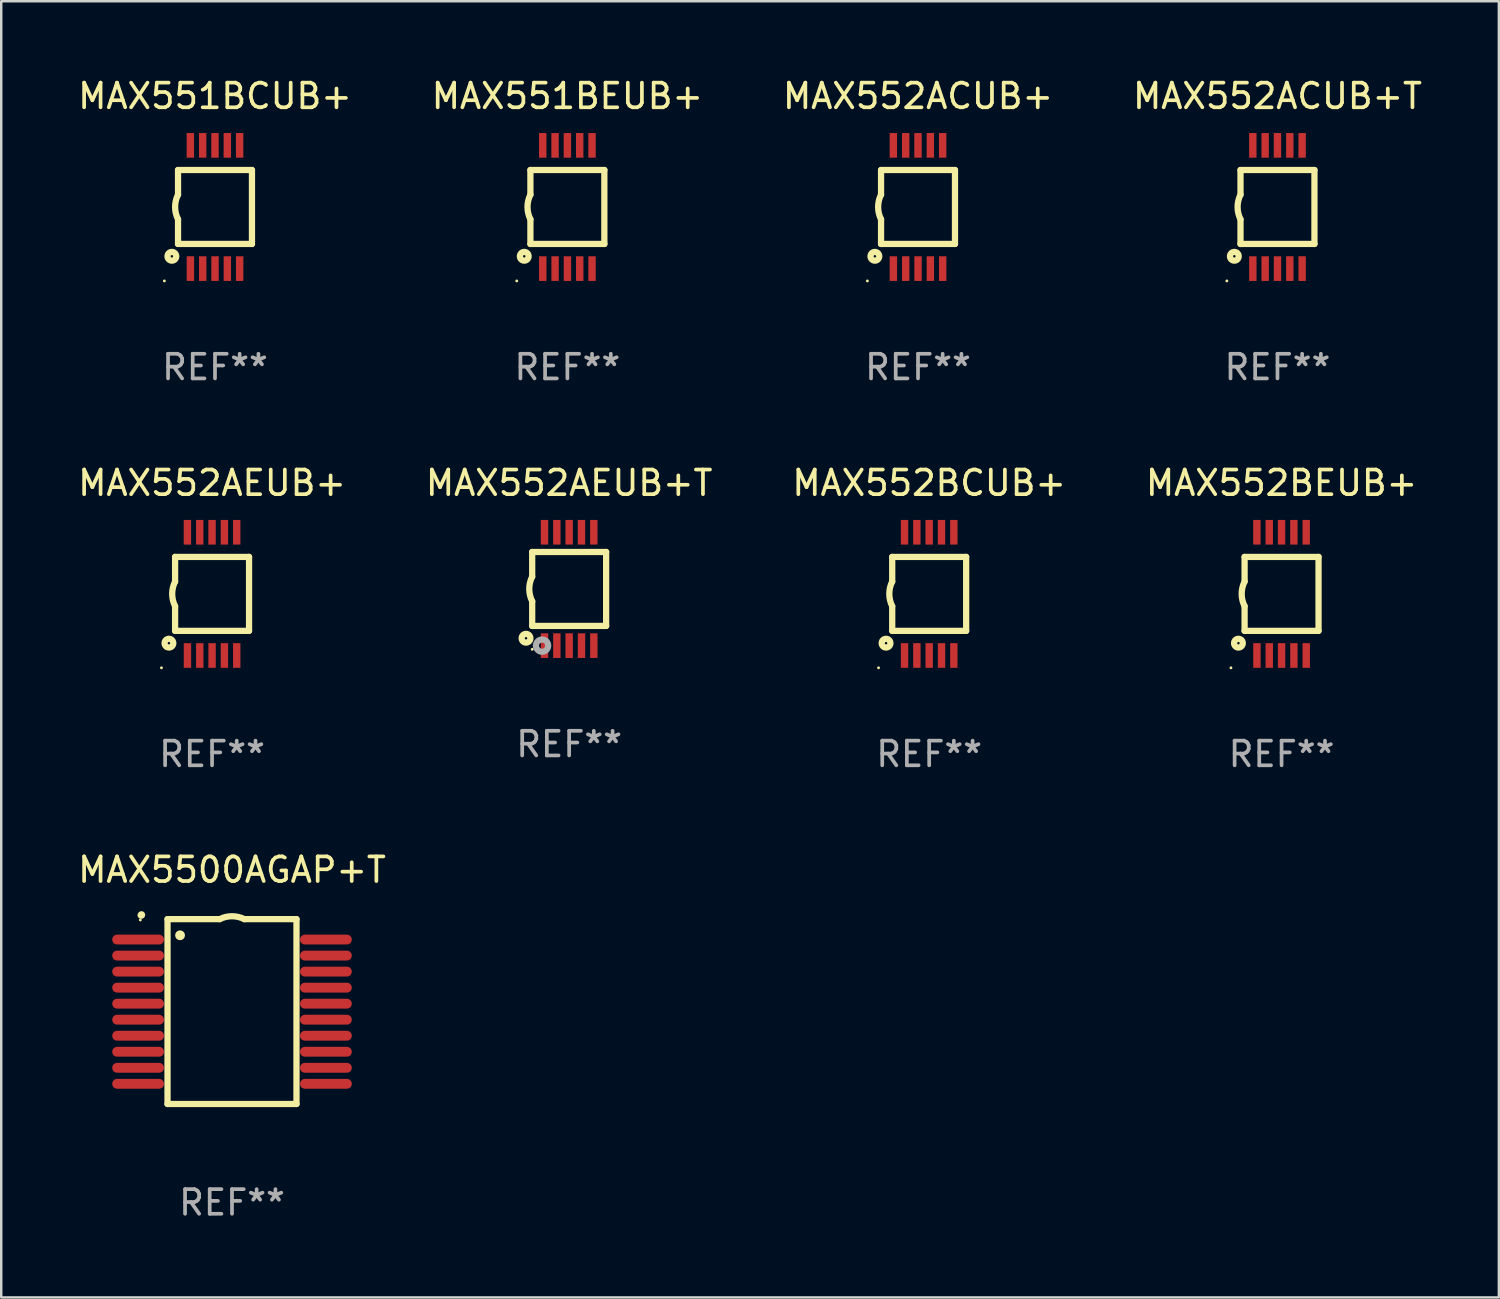
<source format=kicad_pcb>
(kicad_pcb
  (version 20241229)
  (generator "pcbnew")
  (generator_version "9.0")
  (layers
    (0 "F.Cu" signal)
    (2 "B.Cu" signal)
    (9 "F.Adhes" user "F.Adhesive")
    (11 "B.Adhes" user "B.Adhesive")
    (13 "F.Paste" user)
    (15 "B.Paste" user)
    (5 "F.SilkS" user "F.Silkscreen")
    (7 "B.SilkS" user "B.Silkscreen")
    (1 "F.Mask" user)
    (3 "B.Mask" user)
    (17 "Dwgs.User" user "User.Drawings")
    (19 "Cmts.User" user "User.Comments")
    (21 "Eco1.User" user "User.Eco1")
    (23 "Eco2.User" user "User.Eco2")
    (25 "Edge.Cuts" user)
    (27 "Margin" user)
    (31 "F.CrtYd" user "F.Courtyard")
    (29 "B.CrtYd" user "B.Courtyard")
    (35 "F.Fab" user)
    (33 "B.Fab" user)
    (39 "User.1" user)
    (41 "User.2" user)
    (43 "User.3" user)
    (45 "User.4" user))
  (footprint "MAX552AEUB+T"
    (layer "F.Cu")
    (at 20.042 20.845)
    (property "Reference" "MAX552AEUB+T" (at 0 -4.3 0) (layer "F.SilkS") (effects (font (size 1 1) (thickness 0.15))))
    (attr through_hole)
    (fp_line (start -1.5 -1.5) (end -1.5 -0.5) (stroke (width 0.254) (type solid)) (layer "F.SilkS"))
    (fp_line (start -1.5 1.5) (end -1.5 0.5) (stroke (width 0.254) (type solid)) (layer "F.SilkS"))
    (fp_line (start -1.5 1.5) (end 1.5 1.5) (stroke (width 0.254) (type solid)) (layer "F.SilkS"))
    (fp_line (start 1.5 1.5) (end 1.5 -1.5) (stroke (width 0.254) (type solid)) (layer "F.SilkS"))
    (fp_line (start 1.5 -1.5) (end -1.5 -1.5) (stroke (width 0.254) (type solid)) (layer "F.SilkS"))
    (fp_arc (start -1.500165 0.5) (mid -1.618199 0) (end -1.500165 -0.5) (stroke (width 0.254001) (type solid)) (layer "F.SilkS"))
    (fp_circle (center -1.75 2) (end -1.573 2) (stroke (width 0.254) (type solid)) (fill no) (layer "F.SilkS"))
    (fp_circle (center -1.499 2.45) (end -1.469 2.45) (stroke (width 0.06) (type solid)) (fill no) (layer "F.SilkS"))
    (fp_circle (center -1.099 2.3) (end -0.975 2.3) (stroke (width 0.25) (type solid)) (fill no) (layer "F.Fab"))
    (fp_text user "REF**" (at 0 6.3 0) (layer "F.Fab") (effects (font (size 1 1) (thickness 0.15))))
    (pad "1" smd rect (at -0.999 2.3 180) (size 0.3 1) (layers "F.Cu" "F.Mask" "F.Paste"))
    (pad "2" smd rect (at -0.499 2.3 180) (size 0.3 1) (layers "F.Cu" "F.Mask" "F.Paste"))
    (pad "3" smd rect (at 0.001 2.3 180) (size 0.3 1) (layers "F.Cu" "F.Mask" "F.Paste"))
    (pad "4" smd rect (at 0.501 2.3 180) (size 0.3 1) (layers "F.Cu" "F.Mask" "F.Paste"))
    (pad "5" smd rect (at 1.001 2.3 180) (size 0.3 1) (layers "F.Cu" "F.Mask" "F.Paste"))
    (pad "6" smd rect (at 1 -2.3 180) (size 0.3 1) (layers "F.Cu" "F.Mask" "F.Paste"))
    (pad "7" smd rect (at 0.5 -2.3 180) (size 0.3 1) (layers "F.Cu" "F.Mask" "F.Paste"))
    (pad "8" smd rect (at -0.000165 -2.3 180) (size 0.3 1) (layers "F.Cu" "F.Mask" "F.Paste"))
    (pad "9" smd rect (at -0.5 -2.3 180) (size 0.3 1) (layers "F.Cu" "F.Mask" "F.Paste"))
    (pad "10" smd rect (at -1 -2.3 180) (size 0.3 1) (layers "F.Cu" "F.Mask" "F.Paste")))
  (footprint "MAX551BEUB+"
    (layer "F.Cu")
    (at 19.97 5.348)
    (property "Reference" "MAX551BEUB+" (at 0 -4.5 0) (layer "F.SilkS") (effects (font (size 1 1) (thickness 0.15))))
    (attr through_hole)
    (fp_line (start -1.5 -1.5) (end -1.5 -0.5) (stroke (width 0.254) (type solid)) (layer "F.SilkS"))
    (fp_line (start -1.5 1.5) (end -1.5 0.5) (stroke (width 0.254) (type solid)) (layer "F.SilkS"))
    (fp_line (start -1.5 1.5) (end 1.5 1.5) (stroke (width 0.254) (type solid)) (layer "F.SilkS"))
    (fp_line (start 1.5 1.5) (end 1.5 -1.5) (stroke (width 0.254) (type solid)) (layer "F.SilkS"))
    (fp_line (start 1.5 -1.5) (end -1.5 -1.5) (stroke (width 0.254) (type solid)) (layer "F.SilkS"))
    (fp_arc (start -1.500165 0.499873) (mid -1.618199 -0.000127) (end -1.500165 -0.500127) (stroke (width 0.254001) (type solid)) (layer "F.SilkS"))
    (fp_circle (center -2.054 3) (end -2.024 3) (stroke (width 0.06) (type solid)) (fill no) (layer "F.SilkS"))
    (fp_circle (center -1.75 2) (end -1.573 2) (stroke (width 0.254) (type solid)) (fill no) (layer "F.SilkS"))
    (fp_text user "REF**" (at 0 6.5 0) (layer "F.Fab") (effects (font (size 1 1) (thickness 0.15))))
    (pad "1" smd rect (at -0.999 2.5 180) (size 0.3 1) (layers "F.Cu" "F.Mask" "F.Paste"))
    (pad "2" smd rect (at -0.499 2.5 180) (size 0.3 1) (layers "F.Cu" "F.Mask" "F.Paste"))
    (pad "3" smd rect (at 0.001 2.5 180) (size 0.3 1) (layers "F.Cu" "F.Mask" "F.Paste"))
    (pad "4" smd rect (at 0.501 2.5 180) (size 0.3 1) (layers "F.Cu" "F.Mask" "F.Paste"))
    (pad "5" smd rect (at 1.001 2.5 180) (size 0.3 1) (layers "F.Cu" "F.Mask" "F.Paste"))
    (pad "6" smd rect (at 1 -2.5 180) (size 0.3 1) (layers "F.Cu" "F.Mask" "F.Paste"))
    (pad "7" smd rect (at 0.5 -2.5 180) (size 0.3 1) (layers "F.Cu" "F.Mask" "F.Paste"))
    (pad "8" smd rect (at -0.000165 -2.5 180) (size 0.3 1) (layers "F.Cu" "F.Mask" "F.Paste"))
    (pad "9" smd rect (at -0.5 -2.5 180) (size 0.3 1) (layers "F.Cu" "F.Mask" "F.Paste"))
    (pad "10" smd rect (at -1 -2.5 180) (size 0.3 1) (layers "F.Cu" "F.Mask" "F.Paste")))
  (footprint "MAX552AEUB+"
    (layer "F.Cu")
    (at 5.554 21.045)
    (property "Reference" "MAX552AEUB+" (at 0 -4.5 0) (layer "F.SilkS") (effects (font (size 1 1) (thickness 0.15))))
    (attr through_hole)
    (fp_line (start -1.5 -1.5) (end -1.5 -0.5) (stroke (width 0.254) (type solid)) (layer "F.SilkS"))
    (fp_line (start -1.5 1.5) (end -1.5 0.5) (stroke (width 0.254) (type solid)) (layer "F.SilkS"))
    (fp_line (start -1.5 1.5) (end 1.5 1.5) (stroke (width 0.254) (type solid)) (layer "F.SilkS"))
    (fp_line (start 1.5 1.5) (end 1.5 -1.5) (stroke (width 0.254) (type solid)) (layer "F.SilkS"))
    (fp_line (start 1.5 -1.5) (end -1.5 -1.5) (stroke (width 0.254) (type solid)) (layer "F.SilkS"))
    (fp_arc (start -1.500165 0.499873) (mid -1.618199 -0.000127) (end -1.500165 -0.500127) (stroke (width 0.254001) (type solid)) (layer "F.SilkS"))
    (fp_circle (center -2.054 3) (end -2.024 3) (stroke (width 0.06) (type solid)) (fill no) (layer "F.SilkS"))
    (fp_circle (center -1.75 2) (end -1.573 2) (stroke (width 0.254) (type solid)) (fill no) (layer "F.SilkS"))
    (fp_text user "REF**" (at 0 6.5 0) (layer "F.Fab") (effects (font (size 1 1) (thickness 0.15))))
    (pad "1" smd rect (at -0.999 2.5 180) (size 0.3 1) (layers "F.Cu" "F.Mask" "F.Paste"))
    (pad "2" smd rect (at -0.499 2.5 180) (size 0.3 1) (layers "F.Cu" "F.Mask" "F.Paste"))
    (pad "3" smd rect (at 0.001 2.5 180) (size 0.3 1) (layers "F.Cu" "F.Mask" "F.Paste"))
    (pad "4" smd rect (at 0.501 2.5 180) (size 0.3 1) (layers "F.Cu" "F.Mask" "F.Paste"))
    (pad "5" smd rect (at 1.001 2.5 180) (size 0.3 1) (layers "F.Cu" "F.Mask" "F.Paste"))
    (pad "6" smd rect (at 1 -2.5 180) (size 0.3 1) (layers "F.Cu" "F.Mask" "F.Paste"))
    (pad "7" smd rect (at 0.5 -2.5 180) (size 0.3 1) (layers "F.Cu" "F.Mask" "F.Paste"))
    (pad "8" smd rect (at -0.000165 -2.5 180) (size 0.3 1) (layers "F.Cu" "F.Mask" "F.Paste"))
    (pad "9" smd rect (at -0.5 -2.5 180) (size 0.3 1) (layers "F.Cu" "F.Mask" "F.Paste"))
    (pad "10" smd rect (at -1 -2.5 180) (size 0.3 1) (layers "F.Cu" "F.Mask" "F.Paste")))
  (footprint "MAX552BCUB+"
    (layer "F.Cu")
    (at 34.649 21.045)
    (property "Reference" "MAX552BCUB+" (at 0 -4.5 0) (layer "F.SilkS") (effects (font (size 1 1) (thickness 0.15))))
    (attr through_hole)
    (fp_line (start -1.5 -1.5) (end -1.5 -0.5) (stroke (width 0.254) (type solid)) (layer "F.SilkS"))
    (fp_line (start -1.5 1.5) (end -1.5 0.5) (stroke (width 0.254) (type solid)) (layer "F.SilkS"))
    (fp_line (start -1.5 1.5) (end 1.5 1.5) (stroke (width 0.254) (type solid)) (layer "F.SilkS"))
    (fp_line (start 1.5 1.5) (end 1.5 -1.5) (stroke (width 0.254) (type solid)) (layer "F.SilkS"))
    (fp_line (start 1.5 -1.5) (end -1.5 -1.5) (stroke (width 0.254) (type solid)) (layer "F.SilkS"))
    (fp_arc (start -1.500165 0.499873) (mid -1.618199 -0.000127) (end -1.500165 -0.500127) (stroke (width 0.254001) (type solid)) (layer "F.SilkS"))
    (fp_circle (center -2.054 3) (end -2.024 3) (stroke (width 0.06) (type solid)) (fill no) (layer "F.SilkS"))
    (fp_circle (center -1.75 2) (end -1.573 2) (stroke (width 0.254) (type solid)) (fill no) (layer "F.SilkS"))
    (fp_text user "REF**" (at 0 6.5 0) (layer "F.Fab") (effects (font (size 1 1) (thickness 0.15))))
    (pad "1" smd rect (at -0.999 2.5 180) (size 0.3 1) (layers "F.Cu" "F.Mask" "F.Paste"))
    (pad "2" smd rect (at -0.499 2.5 180) (size 0.3 1) (layers "F.Cu" "F.Mask" "F.Paste"))
    (pad "3" smd rect (at 0.001 2.5 180) (size 0.3 1) (layers "F.Cu" "F.Mask" "F.Paste"))
    (pad "4" smd rect (at 0.501 2.5 180) (size 0.3 1) (layers "F.Cu" "F.Mask" "F.Paste"))
    (pad "5" smd rect (at 1.001 2.5 180) (size 0.3 1) (layers "F.Cu" "F.Mask" "F.Paste"))
    (pad "6" smd rect (at 1 -2.5 180) (size 0.3 1) (layers "F.Cu" "F.Mask" "F.Paste"))
    (pad "7" smd rect (at 0.5 -2.5 180) (size 0.3 1) (layers "F.Cu" "F.Mask" "F.Paste"))
    (pad "8" smd rect (at -0.000165 -2.5 180) (size 0.3 1) (layers "F.Cu" "F.Mask" "F.Paste"))
    (pad "9" smd rect (at -0.5 -2.5 180) (size 0.3 1) (layers "F.Cu" "F.Mask" "F.Paste"))
    (pad "10" smd rect (at -1 -2.5 180) (size 0.3 1) (layers "F.Cu" "F.Mask" "F.Paste")))
  (footprint "MAX552ACUB+T"
    (layer "F.Cu")
    (at 48.78 5.348)
    (property "Reference" "MAX552ACUB+T" (at 0 -4.5 0) (layer "F.SilkS") (effects (font (size 1 1) (thickness 0.15))))
    (attr through_hole)
    (fp_line (start -1.5 -1.5) (end -1.5 -0.5) (stroke (width 0.254) (type solid)) (layer "F.SilkS"))
    (fp_line (start -1.5 1.5) (end -1.5 0.5) (stroke (width 0.254) (type solid)) (layer "F.SilkS"))
    (fp_line (start -1.5 1.5) (end 1.5 1.5) (stroke (width 0.254) (type solid)) (layer "F.SilkS"))
    (fp_line (start 1.5 1.5) (end 1.5 -1.5) (stroke (width 0.254) (type solid)) (layer "F.SilkS"))
    (fp_line (start 1.5 -1.5) (end -1.5 -1.5) (stroke (width 0.254) (type solid)) (layer "F.SilkS"))
    (fp_arc (start -1.500165 0.499873) (mid -1.618199 -0.000127) (end -1.500165 -0.500127) (stroke (width 0.254001) (type solid)) (layer "F.SilkS"))
    (fp_circle (center -2.054 3) (end -2.024 3) (stroke (width 0.06) (type solid)) (fill no) (layer "F.SilkS"))
    (fp_circle (center -1.75 2) (end -1.573 2) (stroke (width 0.254) (type solid)) (fill no) (layer "F.SilkS"))
    (fp_text user "REF**" (at 0 6.5 0) (layer "F.Fab") (effects (font (size 1 1) (thickness 0.15))))
    (pad "1" smd rect (at -0.999 2.5 180) (size 0.3 1) (layers "F.Cu" "F.Mask" "F.Paste"))
    (pad "2" smd rect (at -0.499 2.5 180) (size 0.3 1) (layers "F.Cu" "F.Mask" "F.Paste"))
    (pad "3" smd rect (at 0.001 2.5 180) (size 0.3 1) (layers "F.Cu" "F.Mask" "F.Paste"))
    (pad "4" smd rect (at 0.501 2.5 180) (size 0.3 1) (layers "F.Cu" "F.Mask" "F.Paste"))
    (pad "5" smd rect (at 1.001 2.5 180) (size 0.3 1) (layers "F.Cu" "F.Mask" "F.Paste"))
    (pad "6" smd rect (at 1 -2.5 180) (size 0.3 1) (layers "F.Cu" "F.Mask" "F.Paste"))
    (pad "7" smd rect (at 0.5 -2.5 180) (size 0.3 1) (layers "F.Cu" "F.Mask" "F.Paste"))
    (pad "8" smd rect (at -0.000165 -2.5 180) (size 0.3 1) (layers "F.Cu" "F.Mask" "F.Paste"))
    (pad "9" smd rect (at -0.5 -2.5 180) (size 0.3 1) (layers "F.Cu" "F.Mask" "F.Paste"))
    (pad "10" smd rect (at -1 -2.5 180) (size 0.3 1) (layers "F.Cu" "F.Mask" "F.Paste")))
  (footprint "MAX552ACUB+"
    (layer "F.Cu")
    (at 34.196 5.348)
    (property "Reference" "MAX552ACUB+" (at 0 -4.5 0) (layer "F.SilkS") (effects (font (size 1 1) (thickness 0.15))))
    (attr through_hole)
    (fp_line (start -1.5 -1.5) (end -1.5 -0.5) (stroke (width 0.254) (type solid)) (layer "F.SilkS"))
    (fp_line (start -1.5 1.5) (end -1.5 0.5) (stroke (width 0.254) (type solid)) (layer "F.SilkS"))
    (fp_line (start -1.5 1.5) (end 1.5 1.5) (stroke (width 0.254) (type solid)) (layer "F.SilkS"))
    (fp_line (start 1.5 1.5) (end 1.5 -1.5) (stroke (width 0.254) (type solid)) (layer "F.SilkS"))
    (fp_line (start 1.5 -1.5) (end -1.5 -1.5) (stroke (width 0.254) (type solid)) (layer "F.SilkS"))
    (fp_arc (start -1.500165 0.499873) (mid -1.618199 -0.000127) (end -1.500165 -0.500127) (stroke (width 0.254001) (type solid)) (layer "F.SilkS"))
    (fp_circle (center -2.054 3) (end -2.024 3) (stroke (width 0.06) (type solid)) (fill no) (layer "F.SilkS"))
    (fp_circle (center -1.75 2) (end -1.573 2) (stroke (width 0.254) (type solid)) (fill no) (layer "F.SilkS"))
    (fp_text user "REF**" (at 0 6.5 0) (layer "F.Fab") (effects (font (size 1 1) (thickness 0.15))))
    (pad "1" smd rect (at -0.999 2.5 180) (size 0.3 1) (layers "F.Cu" "F.Mask" "F.Paste"))
    (pad "2" smd rect (at -0.499 2.5 180) (size 0.3 1) (layers "F.Cu" "F.Mask" "F.Paste"))
    (pad "3" smd rect (at 0.001 2.5 180) (size 0.3 1) (layers "F.Cu" "F.Mask" "F.Paste"))
    (pad "4" smd rect (at 0.501 2.5 180) (size 0.3 1) (layers "F.Cu" "F.Mask" "F.Paste"))
    (pad "5" smd rect (at 1.001 2.5 180) (size 0.3 1) (layers "F.Cu" "F.Mask" "F.Paste"))
    (pad "6" smd rect (at 1 -2.5 180) (size 0.3 1) (layers "F.Cu" "F.Mask" "F.Paste"))
    (pad "7" smd rect (at 0.5 -2.5 180) (size 0.3 1) (layers "F.Cu" "F.Mask" "F.Paste"))
    (pad "8" smd rect (at -0.000165 -2.5 180) (size 0.3 1) (layers "F.Cu" "F.Mask" "F.Paste"))
    (pad "9" smd rect (at -0.5 -2.5 180) (size 0.3 1) (layers "F.Cu" "F.Mask" "F.Paste"))
    (pad "10" smd rect (at -1 -2.5 180) (size 0.3 1) (layers "F.Cu" "F.Mask" "F.Paste")))
  (footprint "MAX5500AGAP+T"
    (layer "F.Cu")
    (at 6.363 37.991)
    (property "Reference" "MAX5500AGAP+T" (at 0 -5.75 0) (layer "F.SilkS") (effects (font (size 1 1) (thickness 0.15))))
    (attr through_hole)
    (fp_line (start -2.616 -3.75) (end -0.5 -3.75) (stroke (width 0.254) (type solid)) (layer "F.SilkS"))
    (fp_line (start -2.616 3.75) (end -2.616 -3.75) (stroke (width 0.254) (type solid)) (layer "F.SilkS"))
    (fp_line (start 0.5 -3.75) (end 2.616 -3.75) (stroke (width 0.254) (type solid)) (layer "F.SilkS"))
    (fp_line (start 2.616 -3.75) (end 2.616 3.75) (stroke (width 0.254) (type solid)) (layer "F.SilkS"))
    (fp_line (start 2.616 3.75) (end -2.616 3.75) (stroke (width 0.254) (type solid)) (layer "F.SilkS"))
    (fp_arc (start -3.683109 -3.911608) (mid -3.678201 -3.91686) (end -3.672949 -3.921768) (stroke (width 0.3) (type solid)) (layer "F.SilkS"))
    (fp_arc (start -0.500483 -3.749047) (mid -0.000102 -3.867211) (end 0.500279 -3.749047) (stroke (width 0.254001) (type solid)) (layer "F.SilkS"))
    (fp_circle (center -3.72 -3.715) (end -3.69 -3.715) (stroke (width 0.06) (type solid)) (fill no) (layer "F.SilkS"))
    (fp_circle (center -2.108 -3.094) (end -2.008 -3.094) (stroke (width 0.2) (type solid)) (fill no) (layer "F.SilkS"))
    (fp_text user "REF**" (at 0 7.75 0) (layer "F.Fab") (effects (font (size 1 1) (thickness 0.15))))
    (pad "1" smd oval (at -3.81 -2.921 90) (size 0.4 2.1) (layers "F.Cu" "F.Mask" "F.Paste"))
    (pad "2" smd oval (at -3.81 -2.271 90) (size 0.4 2.1) (layers "F.Cu" "F.Mask" "F.Paste"))
    (pad "3" smd oval (at -3.81 -1.621 90) (size 0.4 2.1) (layers "F.Cu" "F.Mask" "F.Paste"))
    (pad "4" smd oval (at -3.81 -0.97 90) (size 0.4 2.1) (layers "F.Cu" "F.Mask" "F.Paste"))
    (pad "5" smd oval (at -3.81 -0.32 90) (size 0.4 2.1) (layers "F.Cu" "F.Mask" "F.Paste"))
    (pad "6" smd oval (at -3.81 0.33 90) (size 0.4 2.1) (layers "F.Cu" "F.Mask" "F.Paste"))
    (pad "7" smd oval (at -3.81 0.98 90) (size 0.4 2.1) (layers "F.Cu" "F.Mask" "F.Paste"))
    (pad "8" smd oval (at -3.81 1.631 90) (size 0.4 2.1) (layers "F.Cu" "F.Mask" "F.Paste"))
    (pad "9" smd oval (at -3.81 2.281 90) (size 0.4 2.1) (layers "F.Cu" "F.Mask" "F.Paste"))
    (pad "10" smd oval (at -3.81 2.931 90) (size 0.4 2.1) (layers "F.Cu" "F.Mask" "F.Paste"))
    (pad "11" smd oval (at 3.81 2.931 90) (size 0.4 2.1) (layers "F.Cu" "F.Mask" "F.Paste"))
    (pad "12" smd oval (at 3.81 2.281 90) (size 0.4 2.1) (layers "F.Cu" "F.Mask" "F.Paste"))
    (pad "13" smd oval (at 3.81 1.631 90) (size 0.4 2.1) (layers "F.Cu" "F.Mask" "F.Paste"))
    (pad "14" smd oval (at 3.81 0.98 90) (size 0.4 2.1) (layers "F.Cu" "F.Mask" "F.Paste"))
    (pad "15" smd oval (at 3.81 0.33 90) (size 0.4 2.1) (layers "F.Cu" "F.Mask" "F.Paste"))
    (pad "16" smd oval (at 3.81 -0.32 90) (size 0.4 2.1) (layers "F.Cu" "F.Mask" "F.Paste"))
    (pad "17" smd oval (at 3.81 -0.97 90) (size 0.4 2.1) (layers "F.Cu" "F.Mask" "F.Paste"))
    (pad "18" smd oval (at 3.81 -1.621 90) (size 0.4 2.1) (layers "F.Cu" "F.Mask" "F.Paste"))
    (pad "19" smd oval (at 3.81 -2.271 90) (size 0.4 2.1) (layers "F.Cu" "F.Mask" "F.Paste"))
    (pad "20" smd oval (at 3.81 -2.921 90) (size 0.4 2.1) (layers "F.Cu" "F.Mask" "F.Paste")))
  (footprint "MAX552BEUB+"
    (layer "F.Cu")
    (at 48.946 21.045)
    (property "Reference" "MAX552BEUB+" (at 0 -4.5 0) (layer "F.SilkS") (effects (font (size 1 1) (thickness 0.15))))
    (attr through_hole)
    (fp_line (start -1.5 -1.5) (end -1.5 -0.5) (stroke (width 0.254) (type solid)) (layer "F.SilkS"))
    (fp_line (start -1.5 1.5) (end -1.5 0.5) (stroke (width 0.254) (type solid)) (layer "F.SilkS"))
    (fp_line (start -1.5 1.5) (end 1.5 1.5) (stroke (width 0.254) (type solid)) (layer "F.SilkS"))
    (fp_line (start 1.5 1.5) (end 1.5 -1.5) (stroke (width 0.254) (type solid)) (layer "F.SilkS"))
    (fp_line (start 1.5 -1.5) (end -1.5 -1.5) (stroke (width 0.254) (type solid)) (layer "F.SilkS"))
    (fp_arc (start -1.500165 0.499873) (mid -1.618199 -0.000127) (end -1.500165 -0.500127) (stroke (width 0.254001) (type solid)) (layer "F.SilkS"))
    (fp_circle (center -2.054 3) (end -2.024 3) (stroke (width 0.06) (type solid)) (fill no) (layer "F.SilkS"))
    (fp_circle (center -1.75 2) (end -1.573 2) (stroke (width 0.254) (type solid)) (fill no) (layer "F.SilkS"))
    (fp_text user "REF**" (at 0 6.5 0) (layer "F.Fab") (effects (font (size 1 1) (thickness 0.15))))
    (pad "1" smd rect (at -0.999 2.5 180) (size 0.3 1) (layers "F.Cu" "F.Mask" "F.Paste"))
    (pad "2" smd rect (at -0.499 2.5 180) (size 0.3 1) (layers "F.Cu" "F.Mask" "F.Paste"))
    (pad "3" smd rect (at 0.001 2.5 180) (size 0.3 1) (layers "F.Cu" "F.Mask" "F.Paste"))
    (pad "4" smd rect (at 0.501 2.5 180) (size 0.3 1) (layers "F.Cu" "F.Mask" "F.Paste"))
    (pad "5" smd rect (at 1.001 2.5 180) (size 0.3 1) (layers "F.Cu" "F.Mask" "F.Paste"))
    (pad "6" smd rect (at 1 -2.5 180) (size 0.3 1) (layers "F.Cu" "F.Mask" "F.Paste"))
    (pad "7" smd rect (at 0.5 -2.5 180) (size 0.3 1) (layers "F.Cu" "F.Mask" "F.Paste"))
    (pad "8" smd rect (at -0.000165 -2.5 180) (size 0.3 1) (layers "F.Cu" "F.Mask" "F.Paste"))
    (pad "9" smd rect (at -0.5 -2.5 180) (size 0.3 1) (layers "F.Cu" "F.Mask" "F.Paste"))
    (pad "10" smd rect (at -1 -2.5 180) (size 0.3 1) (layers "F.Cu" "F.Mask" "F.Paste")))
  (footprint "MAX551BCUB+"
    (layer "F.Cu")
    (at 5.673 5.348)
    (property "Reference" "MAX551BCUB+" (at 0 -4.5 0) (layer "F.SilkS") (effects (font (size 1 1) (thickness 0.15))))
    (attr through_hole)
    (fp_line (start -1.5 -1.5) (end -1.5 -0.5) (stroke (width 0.254) (type solid)) (layer "F.SilkS"))
    (fp_line (start -1.5 1.5) (end -1.5 0.5) (stroke (width 0.254) (type solid)) (layer "F.SilkS"))
    (fp_line (start -1.5 1.5) (end 1.5 1.5) (stroke (width 0.254) (type solid)) (layer "F.SilkS"))
    (fp_line (start 1.5 1.5) (end 1.5 -1.5) (stroke (width 0.254) (type solid)) (layer "F.SilkS"))
    (fp_line (start 1.5 -1.5) (end -1.5 -1.5) (stroke (width 0.254) (type solid)) (layer "F.SilkS"))
    (fp_arc (start -1.500165 0.499873) (mid -1.618199 -0.000127) (end -1.500165 -0.500127) (stroke (width 0.254001) (type solid)) (layer "F.SilkS"))
    (fp_circle (center -2.054 3) (end -2.024 3) (stroke (width 0.06) (type solid)) (fill no) (layer "F.SilkS"))
    (fp_circle (center -1.75 2) (end -1.573 2) (stroke (width 0.254) (type solid)) (fill no) (layer "F.SilkS"))
    (fp_text user "REF**" (at 0 6.5 0) (layer "F.Fab") (effects (font (size 1 1) (thickness 0.15))))
    (pad "1" smd rect (at -0.999 2.5 180) (size 0.3 1) (layers "F.Cu" "F.Mask" "F.Paste"))
    (pad "2" smd rect (at -0.499 2.5 180) (size 0.3 1) (layers "F.Cu" "F.Mask" "F.Paste"))
    (pad "3" smd rect (at 0.001 2.5 180) (size 0.3 1) (layers "F.Cu" "F.Mask" "F.Paste"))
    (pad "4" smd rect (at 0.501 2.5 180) (size 0.3 1) (layers "F.Cu" "F.Mask" "F.Paste"))
    (pad "5" smd rect (at 1.001 2.5 180) (size 0.3 1) (layers "F.Cu" "F.Mask" "F.Paste"))
    (pad "6" smd rect (at 1 -2.5 180) (size 0.3 1) (layers "F.Cu" "F.Mask" "F.Paste"))
    (pad "7" smd rect (at 0.5 -2.5 180) (size 0.3 1) (layers "F.Cu" "F.Mask" "F.Paste"))
    (pad "8" smd rect (at -0.000165 -2.5 180) (size 0.3 1) (layers "F.Cu" "F.Mask" "F.Paste"))
    (pad "9" smd rect (at -0.5 -2.5 180) (size 0.3 1) (layers "F.Cu" "F.Mask" "F.Paste"))
    (pad "10" smd rect (at -1 -2.5 180) (size 0.3 1) (layers "F.Cu" "F.Mask" "F.Paste")))
  (gr_rect
    (start -3 -3)
    (end 57.762 49.59)
    (stroke (width 0.1) (type default))
    (fill no)
    (layer "Edge.Cuts")))
</source>
